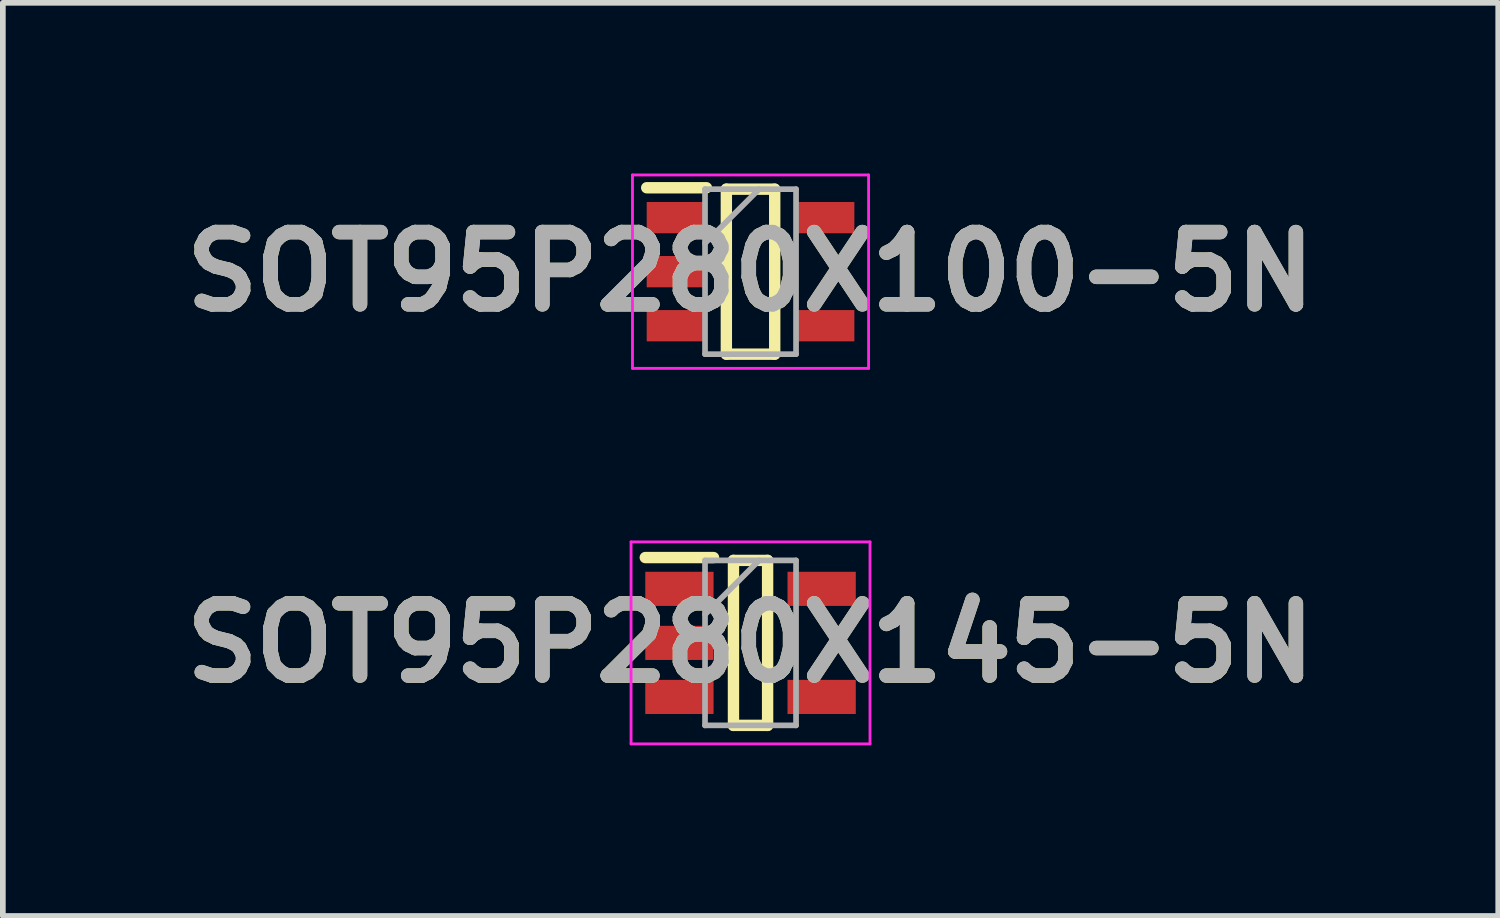
<source format=kicad_pcb>
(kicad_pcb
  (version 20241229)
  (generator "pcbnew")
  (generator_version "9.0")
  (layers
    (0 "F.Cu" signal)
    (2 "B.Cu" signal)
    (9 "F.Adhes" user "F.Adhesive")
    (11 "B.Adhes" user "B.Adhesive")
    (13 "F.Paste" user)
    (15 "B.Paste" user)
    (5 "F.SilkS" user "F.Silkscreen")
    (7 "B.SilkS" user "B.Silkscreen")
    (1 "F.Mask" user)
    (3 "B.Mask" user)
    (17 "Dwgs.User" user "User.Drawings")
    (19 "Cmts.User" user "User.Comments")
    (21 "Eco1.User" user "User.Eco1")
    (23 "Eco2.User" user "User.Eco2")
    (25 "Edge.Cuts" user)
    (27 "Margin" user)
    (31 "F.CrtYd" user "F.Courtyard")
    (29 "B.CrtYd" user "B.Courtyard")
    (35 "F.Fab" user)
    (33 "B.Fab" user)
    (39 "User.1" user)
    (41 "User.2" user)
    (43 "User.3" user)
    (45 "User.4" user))
  (footprint "SOT95P280X145-5N"
    (layer "F.Cu")
    (at 10.142 8.25)
    (property "Reference" "SOT95P280X145-5N" (at 0 0 0) (layer "F.SilkS") (effects (font (size 1.27 1.27) (thickness 0.254))))
    (attr smd)
    (fp_line (start -1.85 -1.5) (end -0.65 -1.5) (stroke (width 0.2) (type solid)) (layer "F.SilkS"))
    (fp_line (start -0.3 -1.45) (end 0.3 -1.45) (stroke (width 0.2) (type solid)) (layer "F.SilkS"))
    (fp_line (start -0.3 1.45) (end -0.3 -1.45) (stroke (width 0.2) (type solid)) (layer "F.SilkS"))
    (fp_line (start 0.3 -1.45) (end 0.3 1.45) (stroke (width 0.2) (type solid)) (layer "F.SilkS"))
    (fp_line (start 0.3 1.45) (end -0.3 1.45) (stroke (width 0.2) (type solid)) (layer "F.SilkS"))
    (fp_line (start -2.1 -1.775) (end 2.1 -1.775) (stroke (width 0.05) (type solid)) (layer "F.CrtYd"))
    (fp_line (start -2.1 1.775) (end -2.1 -1.775) (stroke (width 0.05) (type solid)) (layer "F.CrtYd"))
    (fp_line (start 2.1 -1.775) (end 2.1 1.775) (stroke (width 0.05) (type solid)) (layer "F.CrtYd"))
    (fp_line (start 2.1 1.775) (end -2.1 1.775) (stroke (width 0.05) (type solid)) (layer "F.CrtYd"))
    (fp_line (start -0.8 -1.45) (end 0.8 -1.45) (stroke (width 0.1) (type solid)) (layer "F.Fab"))
    (fp_line (start -0.8 -0.5) (end 0.15 -1.45) (stroke (width 0.1) (type solid)) (layer "F.Fab"))
    (fp_line (start -0.8 1.45) (end -0.8 -1.45) (stroke (width 0.1) (type solid)) (layer "F.Fab"))
    (fp_line (start 0.8 -1.45) (end 0.8 1.45) (stroke (width 0.1) (type solid)) (layer "F.Fab"))
    (fp_line (start 0.8 1.45) (end -0.8 1.45) (stroke (width 0.1) (type solid)) (layer "F.Fab"))
    (fp_text user "${REFERENCE}" (at 0 0 0) (layer "F.Fab") (effects (font (size 1.27 1.27) (thickness 0.254))))
    (pad "1" smd rect (at -1.25 -0.95 90) (size 0.6 1.2) (layers "F.Cu" "F.Paste"))
    (pad "2" smd rect (at -1.25 0 90) (size 0.6 1.2) (layers "F.Cu" "F.Paste"))
    (pad "3" smd rect (at -1.25 0.95 90) (size 0.6 1.2) (layers "F.Cu" "F.Paste"))
    (pad "4" smd rect (at 1.25 0.95 90) (size 0.6 1.2) (layers "F.Cu" "F.Paste"))
    (pad "5" smd rect (at 1.25 -0.95 90) (size 0.6 1.2) (layers "F.Cu" "F.Paste")))
  (footprint "SOT95P280X100-5N"
    (layer "F.Cu")
    (at 10.142 1.725)
    (property "Reference" "SOT95P280X100-5N" (at 0 0 0) (layer "F.SilkS") (effects (font (size 1.27 1.27) (thickness 0.254))))
    (attr smd)
    (fp_line (start -1.825 -1.475) (end -0.775 -1.475) (stroke (width 0.2) (type solid)) (layer "F.SilkS"))
    (fp_line (start -0.425 -1.45) (end 0.425 -1.45) (stroke (width 0.2) (type solid)) (layer "F.SilkS"))
    (fp_line (start -0.425 1.45) (end -0.425 -1.45) (stroke (width 0.2) (type solid)) (layer "F.SilkS"))
    (fp_line (start 0.425 -1.45) (end 0.425 1.45) (stroke (width 0.2) (type solid)) (layer "F.SilkS"))
    (fp_line (start 0.425 1.45) (end -0.425 1.45) (stroke (width 0.2) (type solid)) (layer "F.SilkS"))
    (fp_line (start -2.075 -1.7) (end 2.075 -1.7) (stroke (width 0.05) (type solid)) (layer "F.CrtYd"))
    (fp_line (start -2.075 1.7) (end -2.075 -1.7) (stroke (width 0.05) (type solid)) (layer "F.CrtYd"))
    (fp_line (start 2.075 -1.7) (end 2.075 1.7) (stroke (width 0.05) (type solid)) (layer "F.CrtYd"))
    (fp_line (start 2.075 1.7) (end -2.075 1.7) (stroke (width 0.05) (type solid)) (layer "F.CrtYd"))
    (fp_line (start -0.8 -1.45) (end 0.8 -1.45) (stroke (width 0.1) (type solid)) (layer "F.Fab"))
    (fp_line (start -0.8 -0.5) (end 0.15 -1.45) (stroke (width 0.1) (type solid)) (layer "F.Fab"))
    (fp_line (start -0.8 1.45) (end -0.8 -1.45) (stroke (width 0.1) (type solid)) (layer "F.Fab"))
    (fp_line (start 0.8 -1.45) (end 0.8 1.45) (stroke (width 0.1) (type solid)) (layer "F.Fab"))
    (fp_line (start 0.8 1.45) (end -0.8 1.45) (stroke (width 0.1) (type solid)) (layer "F.Fab"))
    (fp_text user "${REFERENCE}" (at 0 0 0) (layer "F.Fab") (effects (font (size 1.27 1.27) (thickness 0.254))))
    (pad "1" smd rect (at -1.3 -0.95 90) (size 0.55 1.05) (layers "F.Cu" "F.Paste"))
    (pad "2" smd rect (at -1.3 0 90) (size 0.55 1.05) (layers "F.Cu" "F.Paste"))
    (pad "3" smd rect (at -1.3 0.95 90) (size 0.55 1.05) (layers "F.Cu" "F.Paste"))
    (pad "4" smd rect (at 1.3 0.95 90) (size 0.55 1.05) (layers "F.Cu" "F.Paste"))
    (pad "5" smd rect (at 1.3 -0.95 90) (size 0.55 1.05) (layers "F.Cu" "F.Paste")))
  (gr_rect
    (start -3 -3)
    (end 23.284 13.05)
    (stroke (width 0.1) (type default))
    (fill no)
    (layer "Edge.Cuts")))
</source>
